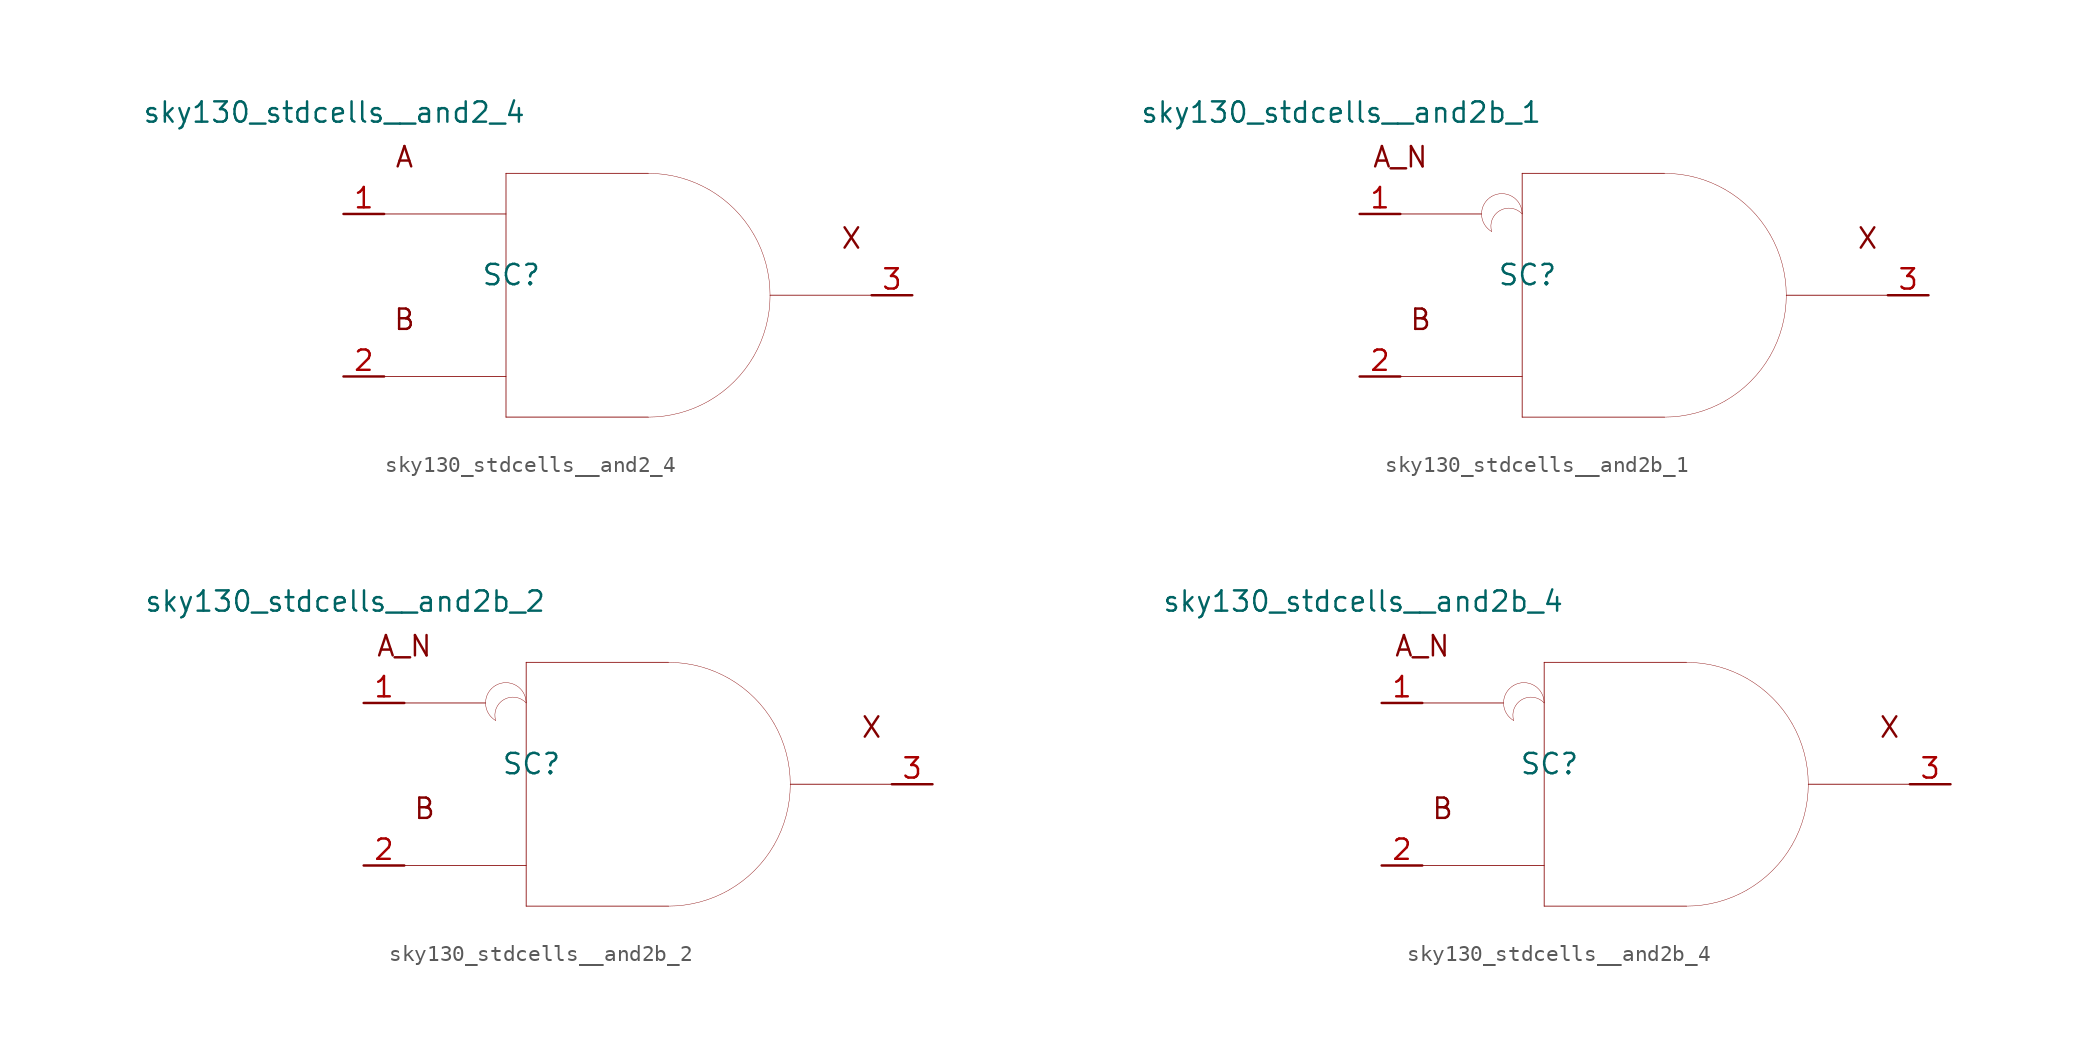
<source format=kicad_sym>
(kicad_symbol_lib
  (version 20211014)
  (generator kicad_symbol_editor)
  (symbol "sky130_stdcells__and2_4"
    (pin_names hide)
    (property "Reference" "SC"
      (at -7.29 1.27 0)
      (effects (font (size 1.27 1.27))))
    (property "Value" "sky130_stdcells__and2_4"
      (at -6.35 11.43 0)
      (effects (font (size 1.27 1.27)) (justify right)))
    (symbol "sky130_stdcells__and2_4_0_0"
      (polyline (pts (xy -15.24 -5.08) (xy -7.62 -5.08)) (stroke (width 0.051) (type default) (color 0 0 0 0)) (fill (type none)))
      (polyline (pts (xy -15.24 5.08) (xy -7.62 5.08)) (stroke (width 0.051) (type default) (color 0 0 0 0)) (fill (type none)))
      (polyline (pts (xy -7.62 -7.62) (xy 1.27 -7.62)) (stroke (width 0.051) (type default) (color 0 0 0 0)) (fill (type none)))
      (polyline (pts (xy -7.62 7.62) (xy -7.62 -7.62)) (stroke (width 0.051) (type default) (color 0 0 0 0)) (fill (type none)))
      (polyline (pts (xy -7.62 7.62) (xy 1.27 7.62)) (stroke (width 0.051) (type default) (color 0 0 0 0)) (fill (type none)))
      (polyline (pts (xy 8.89 0) (xy 15.24 0)) (stroke (width 0.051) (type default) (color 0 0 0 0)) (fill (type none)))
      (arc (start 1.27 -7.62) (mid 3.2422 -7.3604) (end 5.08 -6.5991) (stroke (width 0.0254) (type default) (color 0 0 0 0)) (fill (type none)))
      (arc (start 5.08 -6.5991) (mid 6.6581 -5.3881) (end 7.8691 -3.81) (stroke (width 0.0254) (type default) (color 0 0 0 0)) (fill (type none)))
      (arc (start 5.08 6.5991) (mid 3.2422 7.3603) (end 1.27 7.62) (stroke (width 0.0254) (type default) (color 0 0 0 0)) (fill (type none)))
      (arc (start 7.8691 -3.81) (mid 8.6303 -1.9722) (end 8.89 0) (stroke (width 0.0254) (type default) (color 0 0 0 0)) (fill (type none)))
      (arc (start 7.8691 3.81) (mid 6.6581 5.3881) (end 5.08 6.5991) (stroke (width 0.0254) (type default) (color 0 0 0 0)) (fill (type none)))
      (arc (start 8.89 0) (mid 8.6304 1.9722) (end 7.8691 3.81) (stroke (width 0.0254) (type default) (color 0 0 0 0)) (fill (type none)))
      (text "A" (at -13.97 8.636 0) (effects (font (size 1.27 1.27))))
      (text "B" (at -13.97 -1.524 0) (effects (font (size 1.27 1.27))))
      (text "X" (at 13.97 3.556 0) (effects (font (size 1.27 1.27)))))
    (symbol "sky130_stdcells__and2_4_1_1"
      (pin input line (at -17.78 5.08 0) (length 2.54) (name "A" (effects (font (size 1.092 1.092)))) (number "1" (effects (font (size 1.27 1.27)))))
      (pin input line (at -17.78 -5.08 0) (length 2.54) (name "B" (effects (font (size 1.092 1.092)))) (number "2" (effects (font (size 1.27 1.27)))))
      (pin output line (at 17.78 0 180) (length 2.54) (name "X" (effects (font (size 1.092 1.092)))) (number "3" (effects (font (size 1.27 1.27)))))))
  (symbol "sky130_stdcells__and2b_1"
    (pin_names hide)
    (property "Reference" "SC"
      (at -7.29 1.27 0)
      (effects (font (size 1.27 1.27))))
    (property "Value" "sky130_stdcells__and2b_1"
      (at -6.35 11.43 0)
      (effects (font (size 1.27 1.27)) (justify right)))
    (symbol "sky130_stdcells__and2b_1_0_0"
      (arc (start -9.525 6.1799) (mid -10.16 5.08) (end -9.525 3.9801) (stroke (width 0.0254) (type default) (color 0 0 0 0)) (fill (type none)))
      (arc (start -7.62 5.08) (mid -9.4769 5.5543) (end -9.525 3.9801) (stroke (width 0.0254) (type default) (color 0 0 0 0)) (fill (type none)))
      (arc (start -7.62 5.08) (mid -8.255 6.1798) (end -9.525 6.1799) (stroke (width 0.0254) (type default) (color 0 0 0 0)) (fill (type none)))
      (polyline (pts (xy -15.24 -5.08) (xy -7.62 -5.08)) (stroke (width 0.051) (type default) (color 0 0 0 0)) (fill (type none)))
      (polyline (pts (xy -15.24 5.08) (xy -10.16 5.08)) (stroke (width 0.051) (type default) (color 0 0 0 0)) (fill (type none)))
      (polyline (pts (xy -7.62 -7.62) (xy 1.27 -7.62)) (stroke (width 0.051) (type default) (color 0 0 0 0)) (fill (type none)))
      (polyline (pts (xy -7.62 7.62) (xy -7.62 -7.62)) (stroke (width 0.051) (type default) (color 0 0 0 0)) (fill (type none)))
      (polyline (pts (xy -7.62 7.62) (xy 1.27 7.62)) (stroke (width 0.051) (type default) (color 0 0 0 0)) (fill (type none)))
      (polyline (pts (xy 8.89 0) (xy 15.24 0)) (stroke (width 0.051) (type default) (color 0 0 0 0)) (fill (type none)))
      (arc (start 1.27 -7.62) (mid 3.2422 -7.3604) (end 5.08 -6.5991) (stroke (width 0.0254) (type default) (color 0 0 0 0)) (fill (type none)))
      (arc (start 5.08 -6.5991) (mid 6.6581 -5.3881) (end 7.8691 -3.81) (stroke (width 0.0254) (type default) (color 0 0 0 0)) (fill (type none)))
      (arc (start 5.08 6.5991) (mid 3.2422 7.3603) (end 1.27 7.62) (stroke (width 0.0254) (type default) (color 0 0 0 0)) (fill (type none)))
      (arc (start 7.8691 -3.81) (mid 8.6303 -1.9722) (end 8.89 0) (stroke (width 0.0254) (type default) (color 0 0 0 0)) (fill (type none)))
      (arc (start 7.8691 3.81) (mid 6.6581 5.3881) (end 5.08 6.5991) (stroke (width 0.0254) (type default) (color 0 0 0 0)) (fill (type none)))
      (arc (start 8.89 0) (mid 8.6304 1.9722) (end 7.8691 3.81) (stroke (width 0.0254) (type default) (color 0 0 0 0)) (fill (type none)))
      (text "A_N" (at -15.24 8.636 0) (effects (font (size 1.27 1.27))))
      (text "B" (at -13.97 -1.524 0) (effects (font (size 1.27 1.27))))
      (text "X" (at 13.97 3.556 0) (effects (font (size 1.27 1.27)))))
    (symbol "sky130_stdcells__and2b_1_1_1"
      (pin input line (at -17.78 5.08 0) (length 2.54) (name "A_N" (effects (font (size 1.092 1.092)))) (number "1" (effects (font (size 1.27 1.27)))))
      (pin input line (at -17.78 -5.08 0) (length 2.54) (name "B" (effects (font (size 1.092 1.092)))) (number "2" (effects (font (size 1.27 1.27)))))
      (pin output line (at 17.78 0 180) (length 2.54) (name "X" (effects (font (size 1.092 1.092)))) (number "3" (effects (font (size 1.27 1.27)))))))
  (symbol "sky130_stdcells__and2b_2"
    (pin_names hide)
    (property "Reference" "SC"
      (at -7.29 1.27 0)
      (effects (font (size 1.27 1.27))))
    (property "Value" "sky130_stdcells__and2b_2"
      (at -6.35 11.43 0)
      (effects (font (size 1.27 1.27)) (justify right)))
    (symbol "sky130_stdcells__and2b_2_0_0"
      (arc (start -9.525 6.1799) (mid -10.16 5.08) (end -9.525 3.9801) (stroke (width 0.0254) (type default) (color 0 0 0 0)) (fill (type none)))
      (arc (start -7.62 5.08) (mid -9.4769 5.5543) (end -9.525 3.9801) (stroke (width 0.0254) (type default) (color 0 0 0 0)) (fill (type none)))
      (arc (start -7.62 5.08) (mid -8.255 6.1798) (end -9.525 6.1799) (stroke (width 0.0254) (type default) (color 0 0 0 0)) (fill (type none)))
      (polyline (pts (xy -15.24 -5.08) (xy -7.62 -5.08)) (stroke (width 0.051) (type default) (color 0 0 0 0)) (fill (type none)))
      (polyline (pts (xy -15.24 5.08) (xy -10.16 5.08)) (stroke (width 0.051) (type default) (color 0 0 0 0)) (fill (type none)))
      (polyline (pts (xy -7.62 -7.62) (xy 1.27 -7.62)) (stroke (width 0.051) (type default) (color 0 0 0 0)) (fill (type none)))
      (polyline (pts (xy -7.62 7.62) (xy -7.62 -7.62)) (stroke (width 0.051) (type default) (color 0 0 0 0)) (fill (type none)))
      (polyline (pts (xy -7.62 7.62) (xy 1.27 7.62)) (stroke (width 0.051) (type default) (color 0 0 0 0)) (fill (type none)))
      (polyline (pts (xy 8.89 0) (xy 15.24 0)) (stroke (width 0.051) (type default) (color 0 0 0 0)) (fill (type none)))
      (arc (start 1.27 -7.62) (mid 3.2422 -7.3604) (end 5.08 -6.5991) (stroke (width 0.0254) (type default) (color 0 0 0 0)) (fill (type none)))
      (arc (start 5.08 -6.5991) (mid 6.6581 -5.3881) (end 7.8691 -3.81) (stroke (width 0.0254) (type default) (color 0 0 0 0)) (fill (type none)))
      (arc (start 5.08 6.5991) (mid 3.2422 7.3603) (end 1.27 7.62) (stroke (width 0.0254) (type default) (color 0 0 0 0)) (fill (type none)))
      (arc (start 7.8691 -3.81) (mid 8.6303 -1.9722) (end 8.89 0) (stroke (width 0.0254) (type default) (color 0 0 0 0)) (fill (type none)))
      (arc (start 7.8691 3.81) (mid 6.6581 5.3881) (end 5.08 6.5991) (stroke (width 0.0254) (type default) (color 0 0 0 0)) (fill (type none)))
      (arc (start 8.89 0) (mid 8.6304 1.9722) (end 7.8691 3.81) (stroke (width 0.0254) (type default) (color 0 0 0 0)) (fill (type none)))
      (text "A_N" (at -15.24 8.636 0) (effects (font (size 1.27 1.27))))
      (text "B" (at -13.97 -1.524 0) (effects (font (size 1.27 1.27))))
      (text "X" (at 13.97 3.556 0) (effects (font (size 1.27 1.27)))))
    (symbol "sky130_stdcells__and2b_2_1_1"
      (pin input line (at -17.78 5.08 0) (length 2.54) (name "A_N" (effects (font (size 1.092 1.092)))) (number "1" (effects (font (size 1.27 1.27)))))
      (pin input line (at -17.78 -5.08 0) (length 2.54) (name "B" (effects (font (size 1.092 1.092)))) (number "2" (effects (font (size 1.27 1.27)))))
      (pin output line (at 17.78 0 180) (length 2.54) (name "X" (effects (font (size 1.092 1.092)))) (number "3" (effects (font (size 1.27 1.27)))))))
  (symbol "sky130_stdcells__and2b_4"
    (pin_names hide)
    (property "Reference" "SC"
      (at -7.29 1.27 0)
      (effects (font (size 1.27 1.27))))
    (property "Value" "sky130_stdcells__and2b_4"
      (at -6.35 11.43 0)
      (effects (font (size 1.27 1.27)) (justify right)))
    (symbol "sky130_stdcells__and2b_4_0_0"
      (arc (start -9.525 6.1799) (mid -10.16 5.08) (end -9.525 3.9801) (stroke (width 0.0254) (type default) (color 0 0 0 0)) (fill (type none)))
      (arc (start -7.62 5.08) (mid -9.4769 5.5543) (end -9.525 3.9801) (stroke (width 0.0254) (type default) (color 0 0 0 0)) (fill (type none)))
      (arc (start -7.62 5.08) (mid -8.255 6.1798) (end -9.525 6.1799) (stroke (width 0.0254) (type default) (color 0 0 0 0)) (fill (type none)))
      (polyline (pts (xy -15.24 -5.08) (xy -7.62 -5.08)) (stroke (width 0.051) (type default) (color 0 0 0 0)) (fill (type none)))
      (polyline (pts (xy -15.24 5.08) (xy -10.16 5.08)) (stroke (width 0.051) (type default) (color 0 0 0 0)) (fill (type none)))
      (polyline (pts (xy -7.62 -7.62) (xy 1.27 -7.62)) (stroke (width 0.051) (type default) (color 0 0 0 0)) (fill (type none)))
      (polyline (pts (xy -7.62 7.62) (xy -7.62 -7.62)) (stroke (width 0.051) (type default) (color 0 0 0 0)) (fill (type none)))
      (polyline (pts (xy -7.62 7.62) (xy 1.27 7.62)) (stroke (width 0.051) (type default) (color 0 0 0 0)) (fill (type none)))
      (polyline (pts (xy 8.89 0) (xy 15.24 0)) (stroke (width 0.051) (type default) (color 0 0 0 0)) (fill (type none)))
      (arc (start 1.27 -7.62) (mid 3.2422 -7.3604) (end 5.08 -6.5991) (stroke (width 0.0254) (type default) (color 0 0 0 0)) (fill (type none)))
      (arc (start 5.08 -6.5991) (mid 6.6581 -5.3881) (end 7.8691 -3.81) (stroke (width 0.0254) (type default) (color 0 0 0 0)) (fill (type none)))
      (arc (start 5.08 6.5991) (mid 3.2422 7.3603) (end 1.27 7.62) (stroke (width 0.0254) (type default) (color 0 0 0 0)) (fill (type none)))
      (arc (start 7.8691 -3.81) (mid 8.6303 -1.9722) (end 8.89 0) (stroke (width 0.0254) (type default) (color 0 0 0 0)) (fill (type none)))
      (arc (start 7.8691 3.81) (mid 6.6581 5.3881) (end 5.08 6.5991) (stroke (width 0.0254) (type default) (color 0 0 0 0)) (fill (type none)))
      (arc (start 8.89 0) (mid 8.6304 1.9722) (end 7.8691 3.81) (stroke (width 0.0254) (type default) (color 0 0 0 0)) (fill (type none)))
      (text "A_N" (at -15.24 8.636 0) (effects (font (size 1.27 1.27))))
      (text "B" (at -13.97 -1.524 0) (effects (font (size 1.27 1.27))))
      (text "X" (at 13.97 3.556 0) (effects (font (size 1.27 1.27)))))
    (symbol "sky130_stdcells__and2b_4_1_1"
      (pin input line (at -17.78 5.08 0) (length 2.54) (name "A_N" (effects (font (size 1.092 1.092)))) (number "1" (effects (font (size 1.27 1.27)))))
      (pin input line (at -17.78 -5.08 0) (length 2.54) (name "B" (effects (font (size 1.092 1.092)))) (number "2" (effects (font (size 1.27 1.27)))))
      (pin output line (at 17.78 0 180) (length 2.54) (name "X" (effects (font (size 1.092 1.092)))) (number "3" (effects (font (size 1.27 1.27))))))))
</source>
